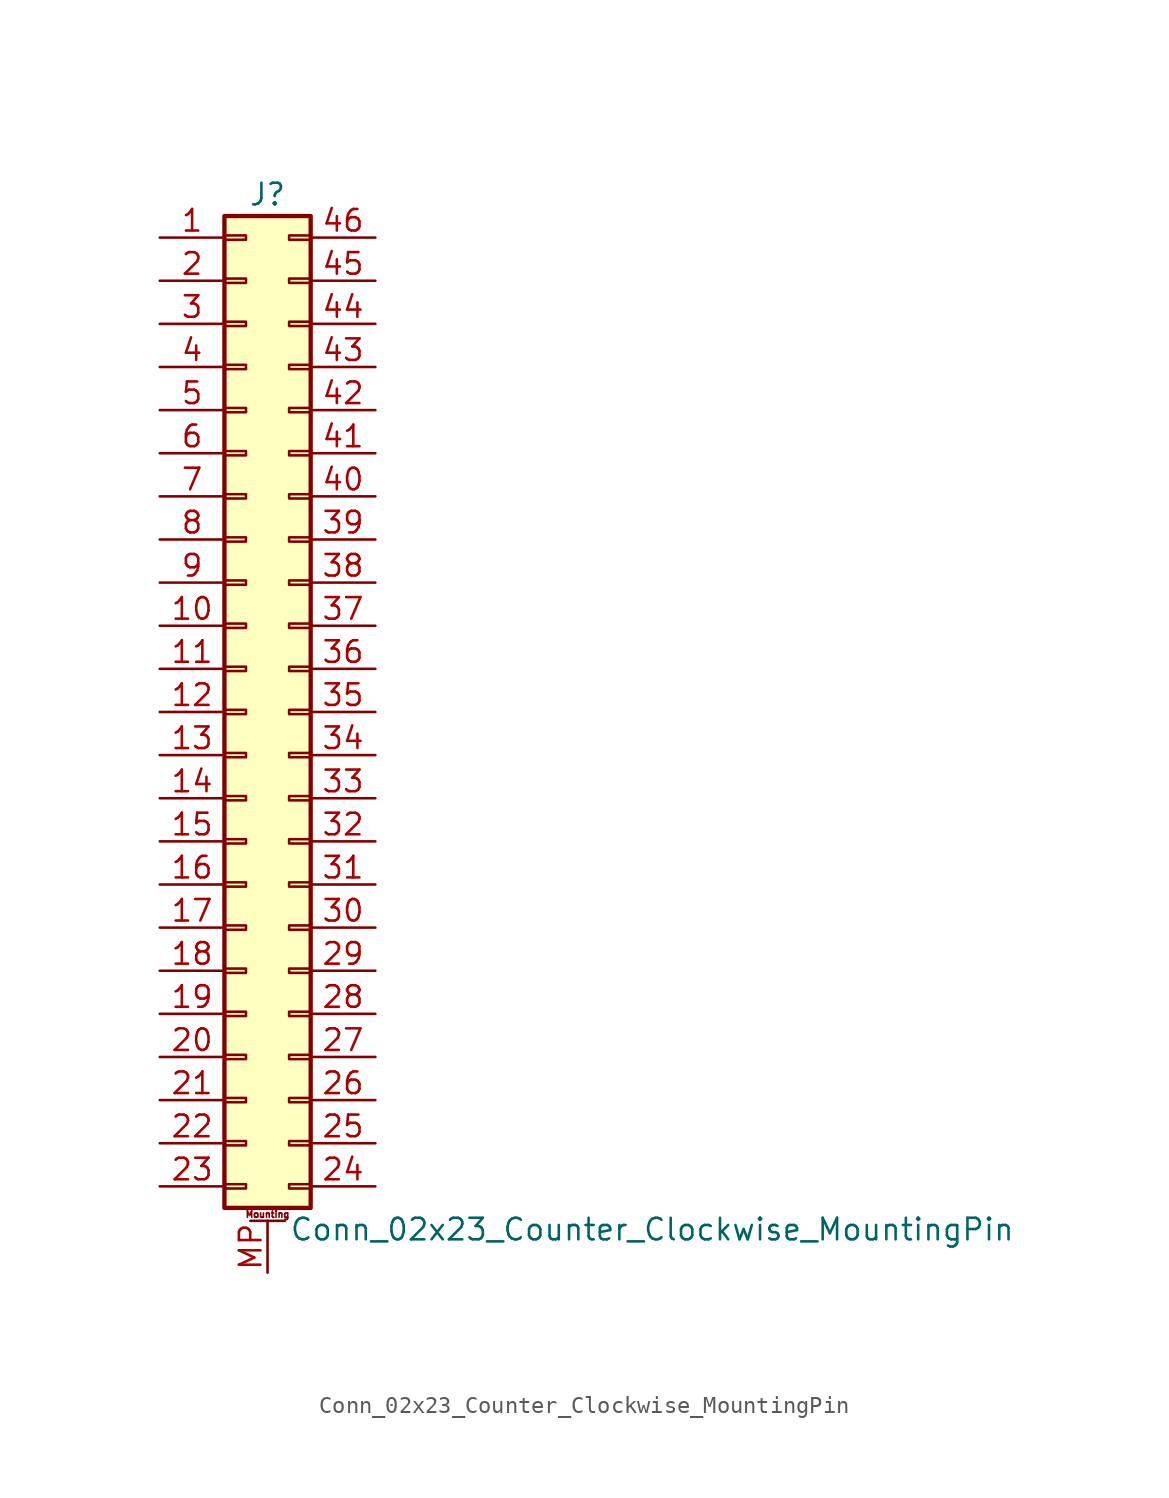
<source format=kicad_sym>
(kicad_symbol_lib
  (version 20211014)
  (generator kicad_symbol_editor)
  (symbol "Conn_02x23_Counter_Clockwise_MountingPin"
    (pin_names
      (offset 1.016) hide)
    (property "Reference" "J"
      (at 1.27 30.48 0)
      (effects (font (size 1.27 1.27))))
    (property "Value" "Conn_02x23_Counter_Clockwise_MountingPin"
      (at 2.54 -30.48 0)
      (effects (font (size 1.27 1.27)) (justify left)))
    (symbol "Conn_02x23_Counter_Clockwise_MountingPin_1_1"
      (rectangle (start -1.27 -27.813) (end 0 -28.067) (stroke (width 0.152) (type default) (color 0 0 0 0)) (fill (type none)))
      (rectangle (start -1.27 -25.273) (end 0 -25.527) (stroke (width 0.152) (type default) (color 0 0 0 0)) (fill (type none)))
      (rectangle (start -1.27 -22.733) (end 0 -22.987) (stroke (width 0.152) (type default) (color 0 0 0 0)) (fill (type none)))
      (rectangle (start -1.27 -20.193) (end 0 -20.447) (stroke (width 0.152) (type default) (color 0 0 0 0)) (fill (type none)))
      (rectangle (start -1.27 -17.653) (end 0 -17.907) (stroke (width 0.152) (type default) (color 0 0 0 0)) (fill (type none)))
      (rectangle (start -1.27 -15.113) (end 0 -15.367) (stroke (width 0.152) (type default) (color 0 0 0 0)) (fill (type none)))
      (rectangle (start -1.27 -12.573) (end 0 -12.827) (stroke (width 0.152) (type default) (color 0 0 0 0)) (fill (type none)))
      (rectangle (start -1.27 -10.033) (end 0 -10.287) (stroke (width 0.152) (type default) (color 0 0 0 0)) (fill (type none)))
      (rectangle (start -1.27 -7.493) (end 0 -7.747) (stroke (width 0.152) (type default) (color 0 0 0 0)) (fill (type none)))
      (rectangle (start -1.27 -4.953) (end 0 -5.207) (stroke (width 0.152) (type default) (color 0 0 0 0)) (fill (type none)))
      (rectangle (start -1.27 -2.413) (end 0 -2.667) (stroke (width 0.152) (type default) (color 0 0 0 0)) (fill (type none)))
      (rectangle (start -1.27 0.127) (end 0 -0.127) (stroke (width 0.152) (type default) (color 0 0 0 0)) (fill (type none)))
      (rectangle (start -1.27 2.667) (end 0 2.413) (stroke (width 0.152) (type default) (color 0 0 0 0)) (fill (type none)))
      (rectangle (start -1.27 5.207) (end 0 4.953) (stroke (width 0.152) (type default) (color 0 0 0 0)) (fill (type none)))
      (rectangle (start -1.27 7.747) (end 0 7.493) (stroke (width 0.152) (type default) (color 0 0 0 0)) (fill (type none)))
      (rectangle (start -1.27 10.287) (end 0 10.033) (stroke (width 0.152) (type default) (color 0 0 0 0)) (fill (type none)))
      (rectangle (start -1.27 12.827) (end 0 12.573) (stroke (width 0.152) (type default) (color 0 0 0 0)) (fill (type none)))
      (rectangle (start -1.27 15.367) (end 0 15.113) (stroke (width 0.152) (type default) (color 0 0 0 0)) (fill (type none)))
      (rectangle (start -1.27 17.907) (end 0 17.653) (stroke (width 0.152) (type default) (color 0 0 0 0)) (fill (type none)))
      (rectangle (start -1.27 20.447) (end 0 20.193) (stroke (width 0.152) (type default) (color 0 0 0 0)) (fill (type none)))
      (rectangle (start -1.27 22.987) (end 0 22.733) (stroke (width 0.152) (type default) (color 0 0 0 0)) (fill (type none)))
      (rectangle (start -1.27 25.527) (end 0 25.273) (stroke (width 0.152) (type default) (color 0 0 0 0)) (fill (type none)))
      (rectangle (start -1.27 28.067) (end 0 27.813) (stroke (width 0.152) (type default) (color 0 0 0 0)) (fill (type none)))
      (rectangle (start -1.27 29.21) (end 3.81 -29.21) (stroke (width 0.254) (type default) (color 0 0 0 0)) (fill (type background)))
      (polyline (pts (xy 0.254 -29.972) (xy 2.286 -29.972)) (stroke (width 0.152) (type default) (color 0 0 0 0)) (fill (type none)))
      (rectangle (start 3.81 -27.813) (end 2.54 -28.067) (stroke (width 0.152) (type default) (color 0 0 0 0)) (fill (type none)))
      (rectangle (start 3.81 -25.273) (end 2.54 -25.527) (stroke (width 0.152) (type default) (color 0 0 0 0)) (fill (type none)))
      (rectangle (start 3.81 -22.733) (end 2.54 -22.987) (stroke (width 0.152) (type default) (color 0 0 0 0)) (fill (type none)))
      (rectangle (start 3.81 -20.193) (end 2.54 -20.447) (stroke (width 0.152) (type default) (color 0 0 0 0)) (fill (type none)))
      (rectangle (start 3.81 -17.653) (end 2.54 -17.907) (stroke (width 0.152) (type default) (color 0 0 0 0)) (fill (type none)))
      (rectangle (start 3.81 -15.113) (end 2.54 -15.367) (stroke (width 0.152) (type default) (color 0 0 0 0)) (fill (type none)))
      (rectangle (start 3.81 -12.573) (end 2.54 -12.827) (stroke (width 0.152) (type default) (color 0 0 0 0)) (fill (type none)))
      (rectangle (start 3.81 -10.033) (end 2.54 -10.287) (stroke (width 0.152) (type default) (color 0 0 0 0)) (fill (type none)))
      (rectangle (start 3.81 -7.493) (end 2.54 -7.747) (stroke (width 0.152) (type default) (color 0 0 0 0)) (fill (type none)))
      (rectangle (start 3.81 -4.953) (end 2.54 -5.207) (stroke (width 0.152) (type default) (color 0 0 0 0)) (fill (type none)))
      (rectangle (start 3.81 -2.413) (end 2.54 -2.667) (stroke (width 0.152) (type default) (color 0 0 0 0)) (fill (type none)))
      (rectangle (start 3.81 0.127) (end 2.54 -0.127) (stroke (width 0.152) (type default) (color 0 0 0 0)) (fill (type none)))
      (rectangle (start 3.81 2.667) (end 2.54 2.413) (stroke (width 0.152) (type default) (color 0 0 0 0)) (fill (type none)))
      (rectangle (start 3.81 5.207) (end 2.54 4.953) (stroke (width 0.152) (type default) (color 0 0 0 0)) (fill (type none)))
      (rectangle (start 3.81 7.747) (end 2.54 7.493) (stroke (width 0.152) (type default) (color 0 0 0 0)) (fill (type none)))
      (rectangle (start 3.81 10.287) (end 2.54 10.033) (stroke (width 0.152) (type default) (color 0 0 0 0)) (fill (type none)))
      (rectangle (start 3.81 12.827) (end 2.54 12.573) (stroke (width 0.152) (type default) (color 0 0 0 0)) (fill (type none)))
      (rectangle (start 3.81 15.367) (end 2.54 15.113) (stroke (width 0.152) (type default) (color 0 0 0 0)) (fill (type none)))
      (rectangle (start 3.81 17.907) (end 2.54 17.653) (stroke (width 0.152) (type default) (color 0 0 0 0)) (fill (type none)))
      (rectangle (start 3.81 20.447) (end 2.54 20.193) (stroke (width 0.152) (type default) (color 0 0 0 0)) (fill (type none)))
      (rectangle (start 3.81 22.987) (end 2.54 22.733) (stroke (width 0.152) (type default) (color 0 0 0 0)) (fill (type none)))
      (rectangle (start 3.81 25.527) (end 2.54 25.273) (stroke (width 0.152) (type default) (color 0 0 0 0)) (fill (type none)))
      (rectangle (start 3.81 28.067) (end 2.54 27.813) (stroke (width 0.152) (type default) (color 0 0 0 0)) (fill (type none)))
      (text "Mounting" (at 1.27 -29.591 0) (effects (font (size 0.381 0.381))))
      (pin passive line (at -5.08 27.94 0) (length 3.81) (name "Pin_1" (effects (font (size 1.27 1.27)))) (number "1" (effects (font (size 1.27 1.27)))))
      (pin passive line (at -5.08 5.08 0) (length 3.81) (name "Pin_10" (effects (font (size 1.27 1.27)))) (number "10" (effects (font (size 1.27 1.27)))))
      (pin passive line (at -5.08 2.54 0) (length 3.81) (name "Pin_11" (effects (font (size 1.27 1.27)))) (number "11" (effects (font (size 1.27 1.27)))))
      (pin passive line (at -5.08 0 0) (length 3.81) (name "Pin_12" (effects (font (size 1.27 1.27)))) (number "12" (effects (font (size 1.27 1.27)))))
      (pin passive line (at -5.08 -2.54 0) (length 3.81) (name "Pin_13" (effects (font (size 1.27 1.27)))) (number "13" (effects (font (size 1.27 1.27)))))
      (pin passive line (at -5.08 -5.08 0) (length 3.81) (name "Pin_14" (effects (font (size 1.27 1.27)))) (number "14" (effects (font (size 1.27 1.27)))))
      (pin passive line (at -5.08 -7.62 0) (length 3.81) (name "Pin_15" (effects (font (size 1.27 1.27)))) (number "15" (effects (font (size 1.27 1.27)))))
      (pin passive line (at -5.08 -10.16 0) (length 3.81) (name "Pin_16" (effects (font (size 1.27 1.27)))) (number "16" (effects (font (size 1.27 1.27)))))
      (pin passive line (at -5.08 -12.7 0) (length 3.81) (name "Pin_17" (effects (font (size 1.27 1.27)))) (number "17" (effects (font (size 1.27 1.27)))))
      (pin passive line (at -5.08 -15.24 0) (length 3.81) (name "Pin_18" (effects (font (size 1.27 1.27)))) (number "18" (effects (font (size 1.27 1.27)))))
      (pin passive line (at -5.08 -17.78 0) (length 3.81) (name "Pin_19" (effects (font (size 1.27 1.27)))) (number "19" (effects (font (size 1.27 1.27)))))
      (pin passive line (at -5.08 25.4 0) (length 3.81) (name "Pin_2" (effects (font (size 1.27 1.27)))) (number "2" (effects (font (size 1.27 1.27)))))
      (pin passive line (at -5.08 -20.32 0) (length 3.81) (name "Pin_20" (effects (font (size 1.27 1.27)))) (number "20" (effects (font (size 1.27 1.27)))))
      (pin passive line (at -5.08 -22.86 0) (length 3.81) (name "Pin_21" (effects (font (size 1.27 1.27)))) (number "21" (effects (font (size 1.27 1.27)))))
      (pin passive line (at -5.08 -25.4 0) (length 3.81) (name "Pin_22" (effects (font (size 1.27 1.27)))) (number "22" (effects (font (size 1.27 1.27)))))
      (pin passive line (at -5.08 -27.94 0) (length 3.81) (name "Pin_23" (effects (font (size 1.27 1.27)))) (number "23" (effects (font (size 1.27 1.27)))))
      (pin passive line (at 7.62 -27.94 180) (length 3.81) (name "Pin_24" (effects (font (size 1.27 1.27)))) (number "24" (effects (font (size 1.27 1.27)))))
      (pin passive line (at 7.62 -25.4 180) (length 3.81) (name "Pin_25" (effects (font (size 1.27 1.27)))) (number "25" (effects (font (size 1.27 1.27)))))
      (pin passive line (at 7.62 -22.86 180) (length 3.81) (name "Pin_26" (effects (font (size 1.27 1.27)))) (number "26" (effects (font (size 1.27 1.27)))))
      (pin passive line (at 7.62 -20.32 180) (length 3.81) (name "Pin_27" (effects (font (size 1.27 1.27)))) (number "27" (effects (font (size 1.27 1.27)))))
      (pin passive line (at 7.62 -17.78 180) (length 3.81) (name "Pin_28" (effects (font (size 1.27 1.27)))) (number "28" (effects (font (size 1.27 1.27)))))
      (pin passive line (at 7.62 -15.24 180) (length 3.81) (name "Pin_29" (effects (font (size 1.27 1.27)))) (number "29" (effects (font (size 1.27 1.27)))))
      (pin passive line (at -5.08 22.86 0) (length 3.81) (name "Pin_3" (effects (font (size 1.27 1.27)))) (number "3" (effects (font (size 1.27 1.27)))))
      (pin passive line (at 7.62 -12.7 180) (length 3.81) (name "Pin_30" (effects (font (size 1.27 1.27)))) (number "30" (effects (font (size 1.27 1.27)))))
      (pin passive line (at 7.62 -10.16 180) (length 3.81) (name "Pin_31" (effects (font (size 1.27 1.27)))) (number "31" (effects (font (size 1.27 1.27)))))
      (pin passive line (at 7.62 -7.62 180) (length 3.81) (name "Pin_32" (effects (font (size 1.27 1.27)))) (number "32" (effects (font (size 1.27 1.27)))))
      (pin passive line (at 7.62 -5.08 180) (length 3.81) (name "Pin_33" (effects (font (size 1.27 1.27)))) (number "33" (effects (font (size 1.27 1.27)))))
      (pin passive line (at 7.62 -2.54 180) (length 3.81) (name "Pin_34" (effects (font (size 1.27 1.27)))) (number "34" (effects (font (size 1.27 1.27)))))
      (pin passive line (at 7.62 0 180) (length 3.81) (name "Pin_35" (effects (font (size 1.27 1.27)))) (number "35" (effects (font (size 1.27 1.27)))))
      (pin passive line (at 7.62 2.54 180) (length 3.81) (name "Pin_36" (effects (font (size 1.27 1.27)))) (number "36" (effects (font (size 1.27 1.27)))))
      (pin passive line (at 7.62 5.08 180) (length 3.81) (name "Pin_37" (effects (font (size 1.27 1.27)))) (number "37" (effects (font (size 1.27 1.27)))))
      (pin passive line (at 7.62 7.62 180) (length 3.81) (name "Pin_38" (effects (font (size 1.27 1.27)))) (number "38" (effects (font (size 1.27 1.27)))))
      (pin passive line (at 7.62 10.16 180) (length 3.81) (name "Pin_39" (effects (font (size 1.27 1.27)))) (number "39" (effects (font (size 1.27 1.27)))))
      (pin passive line (at -5.08 20.32 0) (length 3.81) (name "Pin_4" (effects (font (size 1.27 1.27)))) (number "4" (effects (font (size 1.27 1.27)))))
      (pin passive line (at 7.62 12.7 180) (length 3.81) (name "Pin_40" (effects (font (size 1.27 1.27)))) (number "40" (effects (font (size 1.27 1.27)))))
      (pin passive line (at 7.62 15.24 180) (length 3.81) (name "Pin_41" (effects (font (size 1.27 1.27)))) (number "41" (effects (font (size 1.27 1.27)))))
      (pin passive line (at 7.62 17.78 180) (length 3.81) (name "Pin_42" (effects (font (size 1.27 1.27)))) (number "42" (effects (font (size 1.27 1.27)))))
      (pin passive line (at 7.62 20.32 180) (length 3.81) (name "Pin_43" (effects (font (size 1.27 1.27)))) (number "43" (effects (font (size 1.27 1.27)))))
      (pin passive line (at 7.62 22.86 180) (length 3.81) (name "Pin_44" (effects (font (size 1.27 1.27)))) (number "44" (effects (font (size 1.27 1.27)))))
      (pin passive line (at 7.62 25.4 180) (length 3.81) (name "Pin_45" (effects (font (size 1.27 1.27)))) (number "45" (effects (font (size 1.27 1.27)))))
      (pin passive line (at 7.62 27.94 180) (length 3.81) (name "Pin_46" (effects (font (size 1.27 1.27)))) (number "46" (effects (font (size 1.27 1.27)))))
      (pin passive line (at -5.08 17.78 0) (length 3.81) (name "Pin_5" (effects (font (size 1.27 1.27)))) (number "5" (effects (font (size 1.27 1.27)))))
      (pin passive line (at -5.08 15.24 0) (length 3.81) (name "Pin_6" (effects (font (size 1.27 1.27)))) (number "6" (effects (font (size 1.27 1.27)))))
      (pin passive line (at -5.08 12.7 0) (length 3.81) (name "Pin_7" (effects (font (size 1.27 1.27)))) (number "7" (effects (font (size 1.27 1.27)))))
      (pin passive line (at -5.08 10.16 0) (length 3.81) (name "Pin_8" (effects (font (size 1.27 1.27)))) (number "8" (effects (font (size 1.27 1.27)))))
      (pin passive line (at -5.08 7.62 0) (length 3.81) (name "Pin_9" (effects (font (size 1.27 1.27)))) (number "9" (effects (font (size 1.27 1.27)))))
      (pin passive line (at 1.27 -33.02 90) (length 3.048) (name "MountPin" (effects (font (size 1.27 1.27)))) (number "MP" (effects (font (size 1.27 1.27))))))))
</source>
